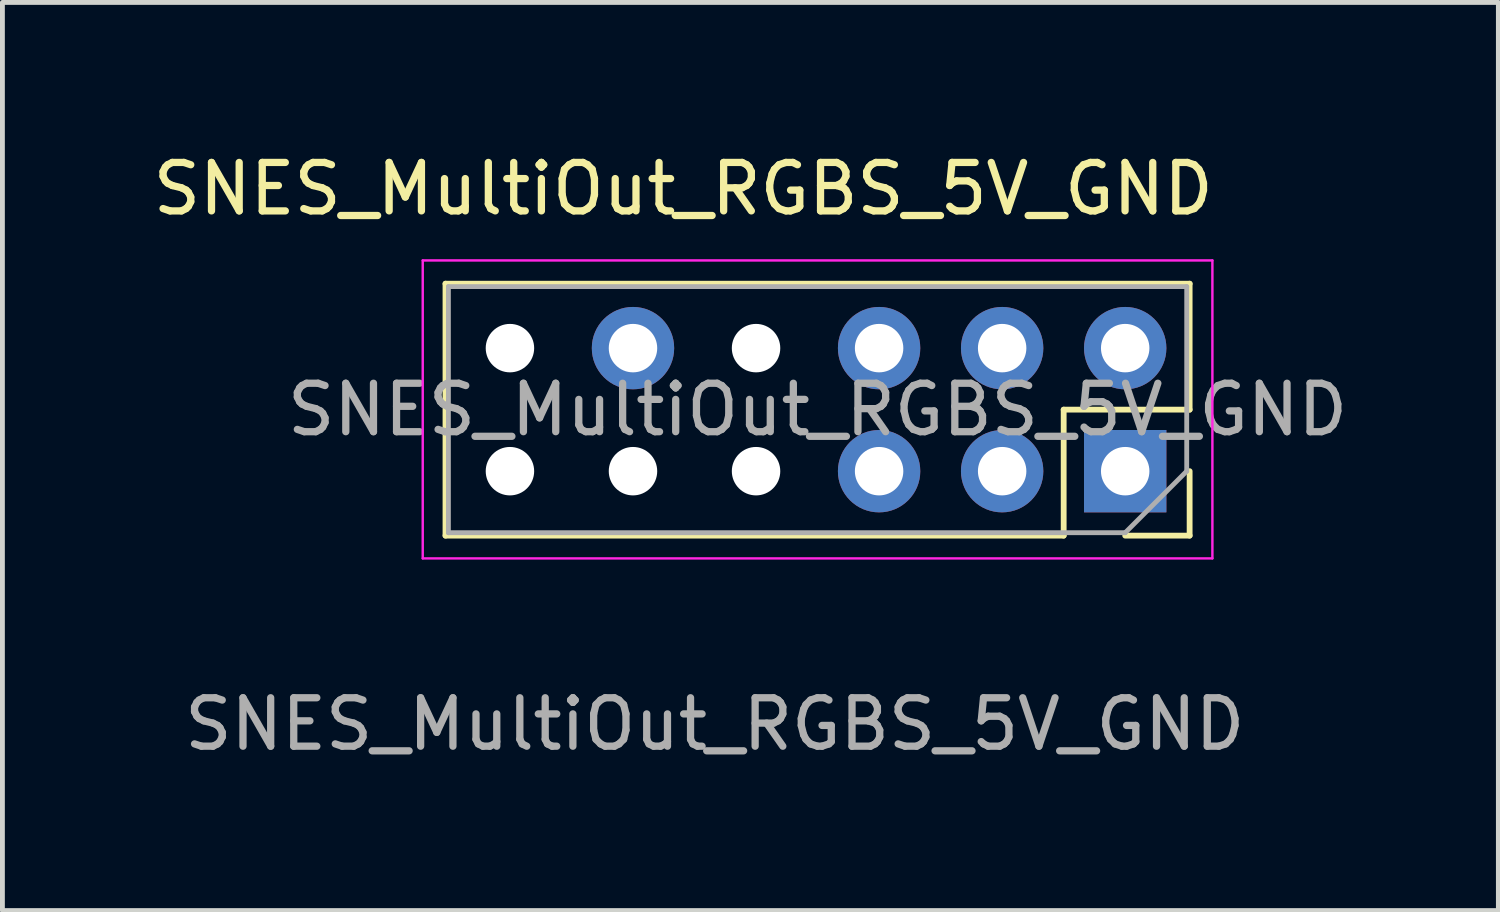
<source format=kicad_pcb>
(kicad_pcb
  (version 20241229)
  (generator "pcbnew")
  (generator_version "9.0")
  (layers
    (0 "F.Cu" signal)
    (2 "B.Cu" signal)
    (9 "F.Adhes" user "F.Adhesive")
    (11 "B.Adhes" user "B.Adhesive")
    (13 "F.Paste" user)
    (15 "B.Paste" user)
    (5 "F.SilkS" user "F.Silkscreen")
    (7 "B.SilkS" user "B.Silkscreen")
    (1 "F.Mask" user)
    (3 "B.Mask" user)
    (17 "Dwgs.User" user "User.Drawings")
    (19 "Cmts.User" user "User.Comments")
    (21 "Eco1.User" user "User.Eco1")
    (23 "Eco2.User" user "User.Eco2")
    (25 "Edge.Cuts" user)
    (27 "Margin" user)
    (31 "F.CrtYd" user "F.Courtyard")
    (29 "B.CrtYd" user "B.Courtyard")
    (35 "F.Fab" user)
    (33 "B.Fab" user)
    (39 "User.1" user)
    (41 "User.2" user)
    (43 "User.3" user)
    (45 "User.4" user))
  (footprint "SNES_MultiOut_RGBS_5V_GND"
    (layer "F.Cu")
    (at 20.154 6.698)
    (property "Reference" "SNES_MultiOut_RGBS_5V_GND" (at -9.1 -5.85 0) (unlocked yes) (layer "F.SilkS") (effects (font (size 1 1) (thickness 0.15))))
    (attr smd exclude_from_pos_files exclude_from_bom)
    (fp_line (start -14.008 1.308) (end -14.008 -3.892) (stroke (width 0.12) (type solid)) (layer "F.SilkS"))
    (fp_line (start -1.248 -1.292) (end 1.352 -1.292) (stroke (width 0.12) (type solid)) (layer "F.SilkS"))
    (fp_line (start -1.248 1.308) (end -14.008 1.308) (stroke (width 0.12) (type solid)) (layer "F.SilkS"))
    (fp_line (start -1.248 1.308) (end -1.248 -1.292) (stroke (width 0.12) (type solid)) (layer "F.SilkS"))
    (fp_line (start 0.022 1.308) (end 1.352 1.308) (stroke (width 0.12) (type solid)) (layer "F.SilkS"))
    (fp_line (start 1.352 -3.892) (end -14.008 -3.892) (stroke (width 0.12) (type solid)) (layer "F.SilkS"))
    (fp_line (start 1.352 -1.292) (end 1.352 -3.892) (stroke (width 0.12) (type solid)) (layer "F.SilkS"))
    (fp_line (start 1.352 1.308) (end 1.352 -0.022) (stroke (width 0.12) (type solid)) (layer "F.SilkS"))
    (fp_line (start -14.478 -4.372) (end 1.822 -4.372) (stroke (width 0.05) (type solid)) (layer "F.CrtYd"))
    (fp_line (start -14.478 1.778) (end -14.478 -4.372) (stroke (width 0.05) (type solid)) (layer "F.CrtYd"))
    (fp_line (start 1.822 -4.372) (end 1.822 1.778) (stroke (width 0.05) (type solid)) (layer "F.CrtYd"))
    (fp_line (start 1.822 1.778) (end -14.478 1.778) (stroke (width 0.05) (type solid)) (layer "F.CrtYd"))
    (fp_line (start -13.948 -3.832) (end -13.948 1.248) (stroke (width 0.1) (type solid)) (layer "F.Fab"))
    (fp_line (start -13.948 1.248) (end 0.022 1.248) (stroke (width 0.1) (type solid)) (layer "F.Fab"))
    (fp_line (start 0.022 1.248) (end 1.292 -0.022) (stroke (width 0.1) (type solid)) (layer "F.Fab"))
    (fp_line (start 1.292 -3.832) (end -13.948 -3.832) (stroke (width 0.1) (type solid)) (layer "F.Fab"))
    (fp_line (start 1.292 -0.022) (end 1.292 -3.832) (stroke (width 0.1) (type solid)) (layer "F.Fab"))
    (fp_text user "${REFERENCE}" (at -8.45 5.2 0) (unlocked yes) (layer "F.Fab") (effects (font (size 1 1) (thickness 0.15))))
    (fp_text user "${REFERENCE}" (at -6.328 -1.292 180) (layer "F.Fab") (effects (font (size 1 1) (thickness 0.15))))
    (pad "" np_thru_hole circle (at -12.678 -2.562 270) (size 1 1) (drill 1) (layers "*.Cu" "*.Mask"))
    (pad "" np_thru_hole circle (at -12.678 -0.022 270) (size 1 1) (drill 1) (layers "*.Cu" "*.Mask"))
    (pad "" np_thru_hole circle (at -10.138 -0.022 270) (size 1 1) (drill 1) (layers "*.Cu" "*.Mask"))
    (pad "" np_thru_hole circle (at -7.598 -2.562 270) (size 1 1) (drill 1) (layers "*.Cu" "*.Mask"))
    (pad "" np_thru_hole circle (at -7.598 -0.022 270) (size 1 1) (drill 1) (layers "*.Cu" "*.Mask"))
    (pad "1" thru_hole rect (at 0.022 -0.022 270) (size 1.7 1.7) (drill 1) (layers "*.Cu" "*.Mask"))
    (pad "2" thru_hole oval (at 0.022 -2.562 270) (size 1.7 1.7) (drill 1) (layers "*.Cu" "*.Mask"))
    (pad "3" thru_hole oval (at -2.518 -0.022 270) (size 1.7 1.7) (drill 1) (layers "*.Cu" "*.Mask"))
    (pad "4" thru_hole oval (at -2.518 -2.562 270) (size 1.7 1.7) (drill 1) (layers "*.Cu" "*.Mask"))
    (pad "5" thru_hole oval (at -5.058 -0.022 270) (size 1.7 1.7) (drill 1) (layers "*.Cu" "*.Mask"))
    (pad "6" thru_hole oval (at -5.058 -2.562 270) (size 1.7 1.7) (drill 1) (layers "*.Cu" "*.Mask"))
    (pad "10" thru_hole oval (at -10.138 -2.562 270) (size 1.7 1.7) (drill 1) (layers "*.Cu" "*.Mask")))
  (gr_rect
    (start -3 -3)
    (end 27.879 15.746)
    (stroke (width 0.1) (type default))
    (fill no)
    (layer "Edge.Cuts")))
</source>
